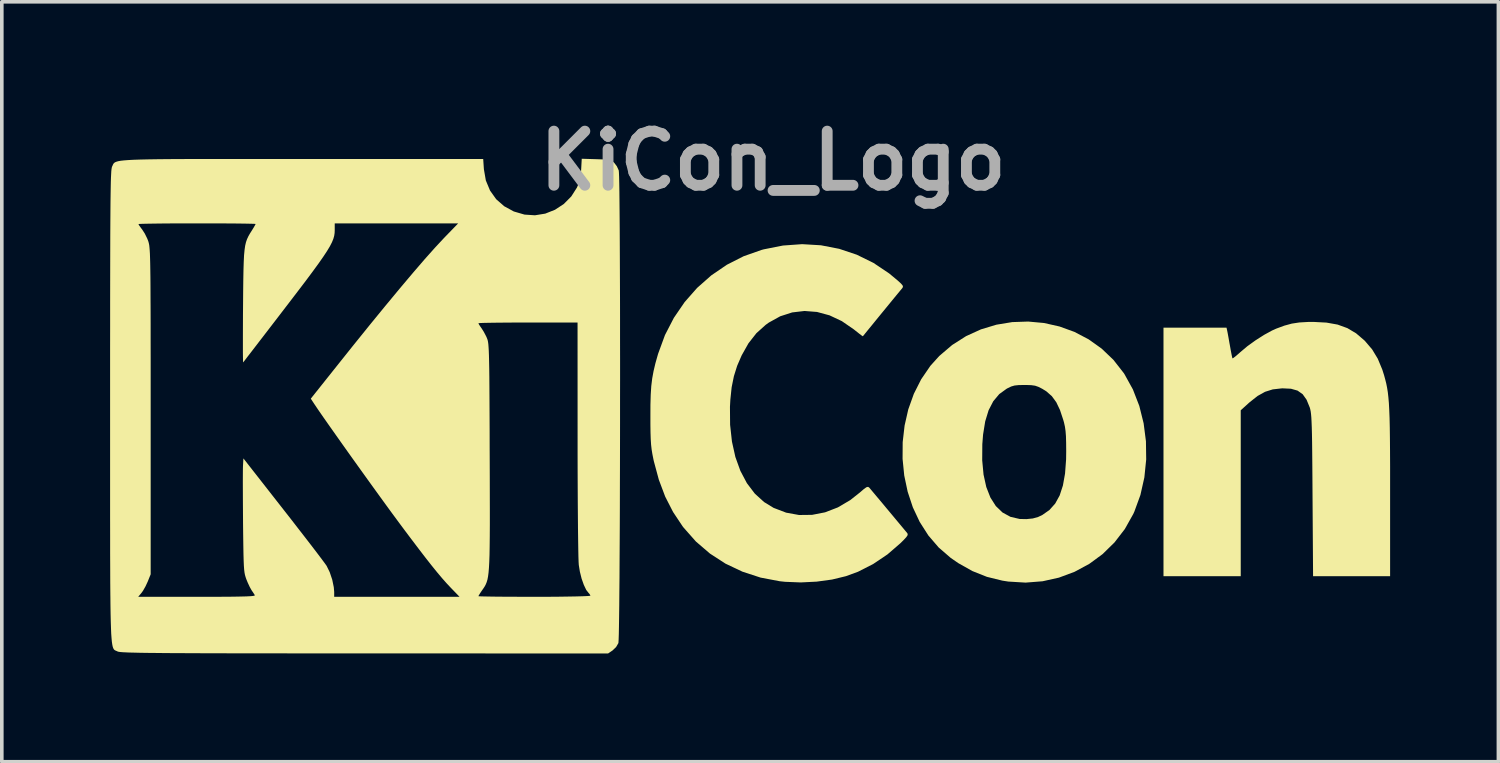
<source format=kicad_pcb>
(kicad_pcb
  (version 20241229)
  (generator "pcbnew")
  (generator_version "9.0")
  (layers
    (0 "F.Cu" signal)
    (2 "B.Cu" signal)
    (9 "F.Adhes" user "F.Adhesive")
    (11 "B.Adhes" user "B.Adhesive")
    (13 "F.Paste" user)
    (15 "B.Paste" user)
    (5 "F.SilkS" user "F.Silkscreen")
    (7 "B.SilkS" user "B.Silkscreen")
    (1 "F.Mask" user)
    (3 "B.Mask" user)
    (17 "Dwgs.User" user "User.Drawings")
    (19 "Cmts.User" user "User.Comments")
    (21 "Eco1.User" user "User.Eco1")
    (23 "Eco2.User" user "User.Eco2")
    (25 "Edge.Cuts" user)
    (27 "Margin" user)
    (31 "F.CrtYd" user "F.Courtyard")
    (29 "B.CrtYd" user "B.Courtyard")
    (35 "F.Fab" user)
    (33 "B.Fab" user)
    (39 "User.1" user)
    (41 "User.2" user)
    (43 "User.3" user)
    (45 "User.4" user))
  (footprint "KiCon_Logo"
    (layer "F.Cu")
    (at 17.766 7.704)
    (property "Reference" "KiCon_Logo" (at 0.6 -6.3 0) (layer "F.Fab") (effects (font (size 1.5 1.5) (thickness 0.3))))
    (attr board_only exclude_from_pos_files exclude_from_bom)
    (fp_poly (pts (xy 15.932 -1.817) (xy 16.24 -1.762) (xy 16.51 -1.664) (xy 16.752 -1.52) (xy 16.979 -1.326) (xy 16.999 -1.306) (xy 17.196 -1.075) (xy 17.352 -0.817) (xy 17.478 -0.514) (xy 17.528 -0.356) (xy 17.559 -0.242) (xy 17.587 -0.131) (xy 17.61 -0.016) (xy 17.63 0.109) (xy 17.646 0.25) (xy 17.66 0.412) (xy 17.67 0.601) (xy 17.679 0.824) (xy 17.685 1.085) (xy 17.689 1.392) (xy 17.692 1.749) (xy 17.694 2.163) (xy 17.694 2.639) (xy 17.694 2.899) (xy 17.694 5.208) (xy 16.627 5.208) (xy 15.56 5.208) (xy 15.545 2.97) (xy 15.542 2.51) (xy 15.539 2.115) (xy 15.536 1.781) (xy 15.533 1.501) (xy 15.529 1.27) (xy 15.524 1.082) (xy 15.518 0.932) (xy 15.512 0.814) (xy 15.504 0.722) (xy 15.495 0.65) (xy 15.484 0.594) (xy 15.472 0.547) (xy 15.468 0.535) (xy 15.38 0.32) (xy 15.271 0.166) (xy 15.13 0.067) (xy 14.947 0.015) (xy 14.713 0.004) (xy 14.682 0.006) (xy 14.443 0.033) (xy 14.23 0.1) (xy 14.025 0.214) (xy 13.809 0.384) (xy 13.777 0.412) (xy 13.556 0.612) (xy 13.556 2.91) (xy 13.556 5.208) (xy 12.486 5.208) (xy 11.416 5.208) (xy 11.416 1.766) (xy 11.416 -1.677) (xy 12.289 -1.677) (xy 13.162 -1.677) (xy 13.18 -1.596) (xy 13.194 -1.527) (xy 13.216 -1.407) (xy 13.242 -1.258) (xy 13.257 -1.177) (xy 13.283 -1.031) (xy 13.306 -0.913) (xy 13.322 -0.84) (xy 13.328 -0.825) (xy 13.357 -0.841) (xy 13.426 -0.895) (xy 13.52 -0.976) (xy 13.546 -1) (xy 13.74 -1.163) (xy 13.966 -1.326) (xy 14.201 -1.476) (xy 14.422 -1.597) (xy 14.54 -1.65) (xy 14.765 -1.733) (xy 14.97 -1.789) (xy 15.18 -1.821) (xy 15.422 -1.835) (xy 15.572 -1.836)) (stroke (width 0) (type solid)) (fill yes) (layer "F.SilkS"))
    (fp_poly (pts (xy 8.107 -1.806) (xy 8.537 -1.709) (xy 8.95 -1.559) (xy 9.341 -1.354) (xy 9.703 -1.096) (xy 10.029 -0.785) (xy 10.313 -0.422) (xy 10.337 -0.385) (xy 10.569 0.035) (xy 10.746 0.491) (xy 10.866 0.973) (xy 10.93 1.471) (xy 10.937 1.974) (xy 10.886 2.473) (xy 10.777 2.958) (xy 10.609 3.419) (xy 10.579 3.485) (xy 10.345 3.902) (xy 10.059 4.273) (xy 9.728 4.597) (xy 9.357 4.869) (xy 8.952 5.087) (xy 8.52 5.248) (xy 8.066 5.349) (xy 7.596 5.386) (xy 7.116 5.357) (xy 6.951 5.331) (xy 6.524 5.226) (xy 6.122 5.066) (xy 5.731 4.846) (xy 5.521 4.701) (xy 5.189 4.414) (xy 4.902 4.08) (xy 4.663 3.706) (xy 4.472 3.3) (xy 4.329 2.868) (xy 4.234 2.419) (xy 4.192 1.998) (xy 6.394 1.998) (xy 6.431 2.394) (xy 6.507 2.738) (xy 6.621 3.029) (xy 6.771 3.265) (xy 6.957 3.444) (xy 7.177 3.564) (xy 7.431 3.623) (xy 7.619 3.627) (xy 7.796 3.609) (xy 7.94 3.569) (xy 8.06 3.512) (xy 8.256 3.375) (xy 8.416 3.196) (xy 8.54 2.971) (xy 8.63 2.695) (xy 8.689 2.364) (xy 8.718 1.974) (xy 8.721 1.748) (xy 8.719 1.512) (xy 8.714 1.331) (xy 8.703 1.188) (xy 8.686 1.067) (xy 8.66 0.951) (xy 8.64 0.88) (xy 8.549 0.605) (xy 8.446 0.389) (xy 8.323 0.221) (xy 8.172 0.088) (xy 8.056 0.016) (xy 7.951 -0.037) (xy 7.859 -0.069) (xy 7.752 -0.084) (xy 7.607 -0.089) (xy 7.563 -0.089) (xy 7.404 -0.086) (xy 7.29 -0.074) (xy 7.197 -0.047) (xy 7.097 0.001) (xy 7.07 0.016) (xy 6.866 0.164) (xy 6.7 0.362) (xy 6.571 0.612) (xy 6.477 0.919) (xy 6.418 1.284) (xy 6.397 1.552) (xy 6.394 1.998) (xy 4.192 1.998) (xy 4.188 1.959) (xy 4.191 1.495) (xy 4.244 1.035) (xy 4.346 0.587) (xy 4.5 0.156) (xy 4.704 -0.248) (xy 4.959 -0.62) (xy 5.204 -0.892) (xy 5.562 -1.197) (xy 5.949 -1.443) (xy 6.36 -1.63) (xy 6.788 -1.759) (xy 7.226 -1.831) (xy 7.668 -1.846)) (stroke (width 0) (type solid)) (fill yes) (layer "F.SilkS"))
    (fp_poly (pts (xy 1.926 -3.959) (xy 2.432 -3.861) (xy 2.919 -3.698) (xy 3.383 -3.47) (xy 3.818 -3.178) (xy 4.049 -2.986) (xy 4.143 -2.9) (xy 4.19 -2.845) (xy 4.199 -2.806) (xy 4.178 -2.769) (xy 4.17 -2.76) (xy 4.135 -2.718) (xy 4.064 -2.632) (xy 3.965 -2.512) (xy 3.847 -2.368) (xy 3.716 -2.208) (xy 3.58 -2.042) (xy 3.447 -1.879) (xy 3.325 -1.729) (xy 3.22 -1.601) (xy 3.141 -1.504) (xy 3.096 -1.448) (xy 3.088 -1.438) (xy 3.06 -1.455) (xy 2.99 -1.508) (xy 2.89 -1.587) (xy 2.835 -1.631) (xy 2.505 -1.858) (xy 2.165 -2.018) (xy 1.818 -2.112) (xy 1.472 -2.139) (xy 1.13 -2.099) (xy 0.798 -1.992) (xy 0.482 -1.817) (xy 0.396 -1.755) (xy 0.139 -1.524) (xy -0.081 -1.244) (xy -0.27 -0.908) (xy -0.395 -0.619) (xy -0.485 -0.332) (xy -0.547 -0.027) (xy -0.583 0.316) (xy -0.594 0.517) (xy -0.59 1.015) (xy -0.539 1.479) (xy -0.444 1.906) (xy -0.305 2.291) (xy -0.125 2.631) (xy 0.094 2.92) (xy 0.351 3.154) (xy 0.614 3.315) (xy 0.962 3.448) (xy 1.319 3.513) (xy 1.681 3.509) (xy 2.041 3.439) (xy 2.396 3.302) (xy 2.739 3.1) (xy 3.008 2.887) (xy 3.116 2.794) (xy 3.186 2.744) (xy 3.23 2.733) (xy 3.261 2.751) (xy 3.296 2.792) (xy 3.37 2.88) (xy 3.474 3.004) (xy 3.602 3.156) (xy 3.744 3.327) (xy 3.781 3.371) (xy 3.927 3.546) (xy 4.06 3.706) (xy 4.172 3.84) (xy 4.256 3.941) (xy 4.304 3.998) (xy 4.309 4.004) (xy 4.33 4.037) (xy 4.326 4.075) (xy 4.29 4.128) (xy 4.214 4.21) (xy 4.131 4.292) (xy 3.769 4.605) (xy 3.372 4.872) (xy 2.954 5.085) (xy 2.622 5.207) (xy 2.234 5.301) (xy 1.808 5.359) (xy 1.367 5.381) (xy 0.936 5.364) (xy 0.785 5.348) (xy 0.254 5.247) (xy -0.248 5.083) (xy -0.717 4.861) (xy -1.148 4.582) (xy -1.536 4.249) (xy -1.876 3.865) (xy -1.907 3.825) (xy -2.17 3.43) (xy -2.388 3.004) (xy -2.564 2.537) (xy -2.704 2.018) (xy -2.716 1.962) (xy -2.743 1.826) (xy -2.764 1.698) (xy -2.779 1.564) (xy -2.789 1.41) (xy -2.795 1.223) (xy -2.798 0.989) (xy -2.798 0.785) (xy -2.797 0.454) (xy -2.789 0.179) (xy -2.774 -0.057) (xy -2.748 -0.27) (xy -2.71 -0.476) (xy -2.659 -0.691) (xy -2.591 -0.931) (xy -2.581 -0.963) (xy -2.394 -1.473) (xy -2.148 -1.949) (xy -1.849 -2.386) (xy -1.502 -2.78) (xy -1.11 -3.126) (xy -0.679 -3.42) (xy -0.214 -3.656) (xy 0.281 -3.83) (xy 0.339 -3.846) (xy 0.875 -3.952) (xy 1.406 -3.99)) (stroke (width 0) (type solid)) (fill yes) (layer "F.SilkS"))
    (fp_poly (pts (xy -4.297 -6.344) (xy -4.119 -6.338) (xy -3.997 -6.329) (xy -3.916 -6.314) (xy -3.86 -6.291) (xy -3.814 -6.256) (xy -3.802 -6.246) (xy -3.728 -6.149) (xy -3.676 -6.035) (xy -3.675 -6.032) (xy -3.67 -5.978) (xy -3.665 -5.859) (xy -3.661 -5.676) (xy -3.657 -5.436) (xy -3.654 -5.142) (xy -3.651 -4.799) (xy -3.648 -4.411) (xy -3.646 -3.983) (xy -3.644 -3.519) (xy -3.642 -3.023) (xy -3.64 -2.499) (xy -3.639 -1.953) (xy -3.639 -1.388) (xy -3.638 -0.809) (xy -3.638 -0.22) (xy -3.639 0.375) (xy -3.639 0.97) (xy -3.64 1.562) (xy -3.641 2.146) (xy -3.643 2.719) (xy -3.644 3.274) (xy -3.646 3.809) (xy -3.649 4.319) (xy -3.652 4.799) (xy -3.654 5.244) (xy -3.658 5.652) (xy -3.661 6.017) (xy -3.665 6.334) (xy -3.669 6.6) (xy -3.673 6.81) (xy -3.678 6.96) (xy -3.683 7.045) (xy -3.685 7.062) (xy -3.749 7.172) (xy -3.846 7.265) (xy -3.849 7.267) (xy -3.97 7.349) (xy -10.716 7.347) (xy -11.541 7.347) (xy -12.297 7.347) (xy -12.988 7.346) (xy -13.616 7.346) (xy -14.184 7.345) (xy -14.696 7.344) (xy -15.154 7.343) (xy -15.561 7.341) (xy -15.92 7.34) (xy -16.235 7.338) (xy -16.507 7.335) (xy -16.74 7.333) (xy -16.937 7.33) (xy -17.101 7.326) (xy -17.235 7.323) (xy -17.341 7.318) (xy -17.423 7.314) (xy -17.483 7.309) (xy -17.525 7.303) (xy -17.551 7.297) (xy -17.56 7.293) (xy -17.585 7.281) (xy -17.608 7.272) (xy -17.629 7.262) (xy -17.648 7.249) (xy -17.665 7.229) (xy -17.68 7.2) (xy -17.694 7.158) (xy -17.706 7.1) (xy -17.717 7.024) (xy -17.726 6.926) (xy -17.735 6.803) (xy -17.741 6.653) (xy -17.747 6.471) (xy -17.752 6.256) (xy -17.756 6.004) (xy -17.758 5.779) (xy -16.987 5.779) (xy -15.359 5.779) (xy -14.963 5.779) (xy -14.633 5.778) (xy -14.364 5.776) (xy -14.151 5.772) (xy -13.99 5.768) (xy -13.875 5.762) (xy -13.801 5.755) (xy -13.763 5.745) (xy -13.756 5.735) (xy -13.794 5.675) (xy -13.849 5.594) (xy -13.849 5.593) (xy -13.898 5.506) (xy -13.955 5.383) (xy -13.993 5.29) (xy -14.012 5.234) (xy -14.029 5.176) (xy -14.042 5.11) (xy -14.052 5.027) (xy -14.06 4.919) (xy -14.066 4.78) (xy -14.071 4.6) (xy -14.075 4.372) (xy -14.079 4.09) (xy -14.083 3.743) (xy -14.083 3.728) (xy -14.085 3.414) (xy -14.087 3.114) (xy -14.088 2.838) (xy -14.089 2.595) (xy -14.088 2.395) (xy -14.087 2.247) (xy -14.085 2.16) (xy -14.085 2.158) (xy -14.073 1.945) (xy -12.97 3.354) (xy -12.75 3.635) (xy -12.541 3.905) (xy -12.346 4.156) (xy -12.172 4.382) (xy -12.023 4.577) (xy -11.903 4.736) (xy -11.817 4.852) (xy -11.77 4.918) (xy -11.767 4.923) (xy -11.682 5.097) (xy -11.612 5.305) (xy -11.569 5.514) (xy -11.558 5.644) (xy -11.558 5.779) (xy -9.822 5.779) (xy -8.086 5.779) (xy -8.102 5.762) (xy -7.563 5.762) (xy -7.528 5.766) (xy -7.43 5.769) (xy -7.274 5.772) (xy -7.069 5.775) (xy -6.822 5.777) (xy -6.539 5.778) (xy -6.229 5.779) (xy -6.011 5.779) (xy -5.679 5.779) (xy -5.373 5.777) (xy -5.1 5.773) (xy -4.866 5.769) (xy -4.679 5.764) (xy -4.545 5.758) (xy -4.472 5.752) (xy -4.459 5.748) (xy -4.484 5.701) (xy -4.508 5.676) (xy -4.575 5.59) (xy -4.642 5.45) (xy -4.704 5.275) (xy -4.752 5.082) (xy -4.782 4.896) (xy -4.787 4.814) (xy -4.792 4.666) (xy -4.796 4.459) (xy -4.8 4.197) (xy -4.804 3.887) (xy -4.807 3.534) (xy -4.81 3.144) (xy -4.812 2.723) (xy -4.814 2.276) (xy -4.815 1.809) (xy -4.815 1.382) (xy -4.816 -1.819) (xy -6.189 -1.819) (xy -6.495 -1.819) (xy -6.776 -1.817) (xy -7.027 -1.815) (xy -7.238 -1.812) (xy -7.403 -1.809) (xy -7.513 -1.805) (xy -7.561 -1.8) (xy -7.563 -1.799) (xy -7.544 -1.76) (xy -7.496 -1.688) (xy -7.479 -1.665) (xy -7.412 -1.559) (xy -7.345 -1.431) (xy -7.328 -1.391) (xy -7.316 -1.361) (xy -7.305 -1.325) (xy -7.296 -1.281) (xy -7.288 -1.222) (xy -7.282 -1.145) (xy -7.276 -1.045) (xy -7.271 -0.917) (xy -7.267 -0.756) (xy -7.263 -0.559) (xy -7.26 -0.319) (xy -7.258 -0.033) (xy -7.256 0.304) (xy -7.254 0.696) (xy -7.252 1.149) (xy -7.251 1.666) (xy -7.25 1.886) (xy -7.248 2.454) (xy -7.247 2.955) (xy -7.246 3.393) (xy -7.246 3.774) (xy -7.248 4.103) (xy -7.251 4.382) (xy -7.255 4.619) (xy -7.262 4.816) (xy -7.271 4.978) (xy -7.282 5.111) (xy -7.296 5.218) (xy -7.313 5.305) (xy -7.334 5.375) (xy -7.358 5.434) (xy -7.385 5.486) (xy -7.417 5.536) (xy -7.453 5.588) (xy -7.457 5.593) (xy -7.517 5.682) (xy -7.555 5.745) (xy -7.563 5.762) (xy -8.102 5.762) (xy -8.335 5.521) (xy -8.45 5.398) (xy -8.571 5.261) (xy -8.704 5.103) (xy -8.854 4.918) (xy -9.027 4.698) (xy -9.228 4.436) (xy -9.462 4.127) (xy -9.601 3.942) (xy -9.761 3.727) (xy -9.947 3.475) (xy -10.152 3.194) (xy -10.371 2.892) (xy -10.599 2.576) (xy -10.831 2.253) (xy -11.061 1.932) (xy -11.284 1.619) (xy -11.494 1.322) (xy -11.687 1.049) (xy -11.856 0.808) (xy -11.997 0.604) (xy -12.103 0.447) (xy -12.143 0.386) (xy -12.206 0.29) (xy -11.572 -0.506) (xy -11.055 -1.154) (xy -10.576 -1.748) (xy -10.135 -2.287) (xy -9.733 -2.772) (xy -9.371 -3.201) (xy -9.049 -3.575) (xy -8.767 -3.891) (xy -8.526 -4.15) (xy -8.477 -4.201) (xy -8.123 -4.566) (xy -9.833 -4.566) (xy -11.543 -4.566) (xy -11.543 -4.379) (xy -11.546 -4.3) (xy -11.558 -4.22) (xy -11.582 -4.135) (xy -11.621 -4.04) (xy -11.678 -3.929) (xy -11.757 -3.798) (xy -11.86 -3.642) (xy -11.99 -3.456) (xy -12.152 -3.234) (xy -12.347 -2.972) (xy -12.58 -2.666) (xy -12.853 -2.309) (xy -12.914 -2.23) (xy -13.133 -1.944) (xy -13.34 -1.675) (xy -13.529 -1.429) (xy -13.697 -1.211) (xy -13.84 -1.025) (xy -13.953 -0.879) (xy -14.032 -0.775) (xy -14.074 -0.721) (xy -14.08 -0.714) (xy -14.083 -0.745) (xy -14.085 -0.84) (xy -14.087 -0.993) (xy -14.087 -1.195) (xy -14.087 -1.44) (xy -14.086 -1.721) (xy -14.085 -2.031) (xy -14.083 -2.266) (xy -14.08 -2.664) (xy -14.076 -2.997) (xy -14.071 -3.273) (xy -14.064 -3.499) (xy -14.055 -3.683) (xy -14.041 -3.83) (xy -14.024 -3.949) (xy -14.001 -4.047) (xy -13.972 -4.13) (xy -13.936 -4.207) (xy -13.893 -4.283) (xy -13.843 -4.362) (xy -13.784 -4.458) (xy -13.745 -4.527) (xy -13.735 -4.55) (xy -13.769 -4.553) (xy -13.868 -4.556) (xy -14.024 -4.559) (xy -14.23 -4.562) (xy -14.479 -4.564) (xy -14.764 -4.565) (xy -15.078 -4.566) (xy -15.358 -4.566) (xy -15.69 -4.566) (xy -16 -4.565) (xy -16.28 -4.563) (xy -16.522 -4.56) (xy -16.721 -4.557) (xy -16.868 -4.554) (xy -16.957 -4.55) (xy -16.981 -4.546) (xy -16.961 -4.509) (xy -16.909 -4.437) (xy -16.877 -4.395) (xy -16.804 -4.282) (xy -16.735 -4.141) (xy -16.707 -4.067) (xy -16.698 -4.035) (xy -16.689 -3.999) (xy -16.681 -3.954) (xy -16.675 -3.896) (xy -16.669 -3.821) (xy -16.663 -3.727) (xy -16.659 -3.608) (xy -16.655 -3.462) (xy -16.652 -3.284) (xy -16.649 -3.07) (xy -16.647 -2.817) (xy -16.646 -2.521) (xy -16.644 -2.178) (xy -16.643 -1.784) (xy -16.643 -1.336) (xy -16.642 -0.829) (xy -16.642 -0.26) (xy -16.642 0.375) (xy -16.642 0.642) (xy -16.642 5.155) (xy -16.725 5.361) (xy -16.786 5.492) (xy -16.855 5.613) (xy -16.898 5.673) (xy -16.987 5.779) (xy -17.758 5.779) (xy -17.759 5.712) (xy -17.762 5.377) (xy -17.763 4.996) (xy -17.765 4.566) (xy -17.765 4.083) (xy -17.766 3.546) (xy -17.766 2.95) (xy -17.766 2.294) (xy -17.766 1.573) (xy -17.766 0.785) (xy -17.766 0.499) (xy -17.766 -0.31) (xy -17.766 -1.051) (xy -17.765 -1.727) (xy -17.765 -2.34) (xy -17.764 -2.894) (xy -17.763 -3.392) (xy -17.762 -3.836) (xy -17.761 -4.23) (xy -17.759 -4.577) (xy -17.757 -4.88) (xy -17.755 -5.141) (xy -17.752 -5.364) (xy -17.749 -5.551) (xy -17.746 -5.707) (xy -17.742 -5.833) (xy -17.737 -5.932) (xy -17.733 -6.009) (xy -17.727 -6.065) (xy -17.721 -6.104) (xy -17.715 -6.129) (xy -17.712 -6.137) (xy -17.698 -6.166) (xy -17.687 -6.193) (xy -17.674 -6.217) (xy -17.656 -6.238) (xy -17.631 -6.257) (xy -17.593 -6.273) (xy -17.541 -6.288) (xy -17.47 -6.301) (xy -17.377 -6.311) (xy -17.258 -6.32) (xy -17.11 -6.328) (xy -16.929 -6.334) (xy -16.713 -6.339) (xy -16.457 -6.343) (xy -16.158 -6.346) (xy -15.813 -6.348) (xy -15.418 -6.349) (xy -14.969 -6.35) (xy -14.464 -6.35) (xy -13.898 -6.35) (xy -13.269 -6.35) (xy -12.572 -6.35) (xy -12.439 -6.35) (xy -7.43 -6.35) (xy -7.411 -6.067) (xy -7.357 -5.755) (xy -7.241 -5.476) (xy -7.071 -5.236) (xy -6.849 -5.041) (xy -6.583 -4.896) (xy -6.285 -4.809) (xy -5.996 -4.79) (xy -5.711 -4.836) (xy -5.441 -4.943) (xy -5.197 -5.103) (xy -4.99 -5.312) (xy -4.833 -5.558) (xy -4.774 -5.697) (xy -4.738 -5.839) (xy -4.719 -6.014) (xy -4.716 -6.059) (xy -4.7 -6.356)) (stroke (width 0) (type solid)) (fill yes) (layer "F.SilkS")))
  (gr_rect
    (start -3 -3)
    (end 38.46 18.053)
    (stroke (width 0.1) (type default))
    (fill no)
    (layer "Edge.Cuts")))
</source>
